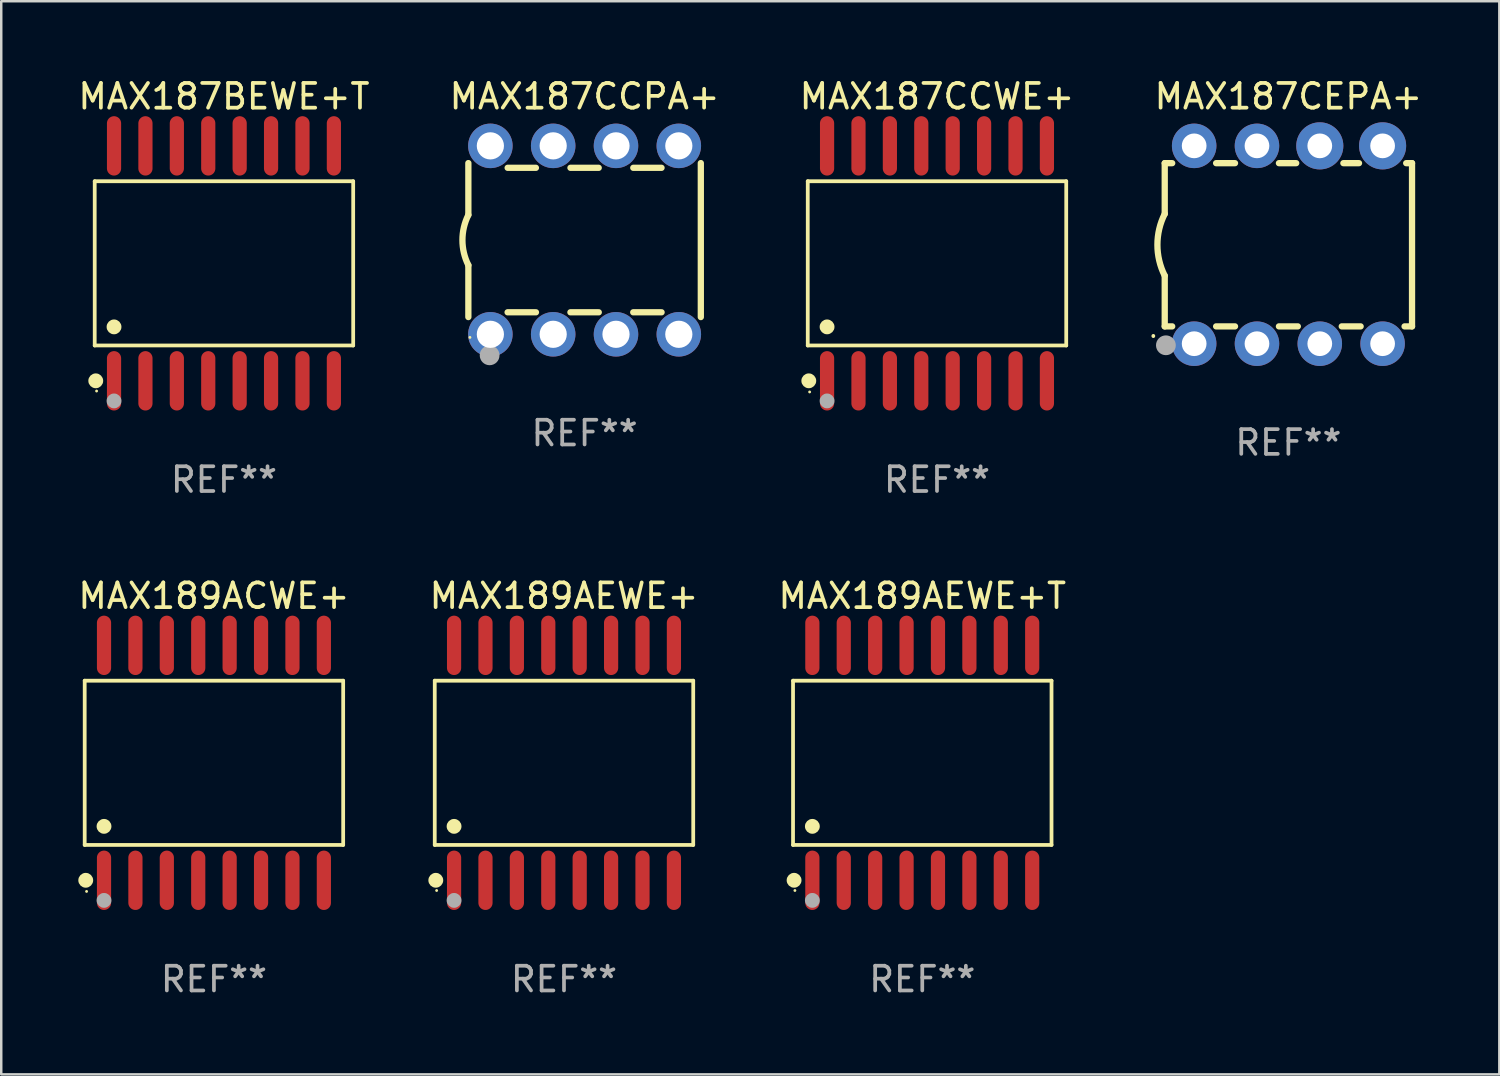
<source format=kicad_pcb>
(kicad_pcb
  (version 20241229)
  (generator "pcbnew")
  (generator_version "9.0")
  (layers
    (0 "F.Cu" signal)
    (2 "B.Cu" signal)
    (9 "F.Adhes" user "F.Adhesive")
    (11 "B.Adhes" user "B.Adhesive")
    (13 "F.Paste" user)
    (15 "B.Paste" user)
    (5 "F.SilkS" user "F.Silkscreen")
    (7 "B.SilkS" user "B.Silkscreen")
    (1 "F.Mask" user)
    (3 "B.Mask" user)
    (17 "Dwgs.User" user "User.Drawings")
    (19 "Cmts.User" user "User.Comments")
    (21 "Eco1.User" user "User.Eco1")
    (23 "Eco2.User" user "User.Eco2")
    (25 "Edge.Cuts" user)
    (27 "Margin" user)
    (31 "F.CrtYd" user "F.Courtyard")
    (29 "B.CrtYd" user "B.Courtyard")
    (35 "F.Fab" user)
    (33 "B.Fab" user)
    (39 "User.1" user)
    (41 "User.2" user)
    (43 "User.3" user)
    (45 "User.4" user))
  (footprint "MAX189AEWE+T"
    (layer "F.Cu")
    (at 34.244 27.796)
    (property "Reference" "MAX189AEWE+T" (at 0 -6.75 0) (layer "F.SilkS") (effects (font (size 1 1) (thickness 0.15))))
    (attr through_hole)
    (fp_line (start -5.226 -3.321) (end 5.226 -3.321) (stroke (width 0.152) (type solid)) (layer "F.SilkS"))
    (fp_line (start -5.226 3.321) (end -5.226 -3.321) (stroke (width 0.152) (type solid)) (layer "F.SilkS"))
    (fp_line (start 5.226 -3.321) (end 5.226 3.321) (stroke (width 0.152) (type solid)) (layer "F.SilkS"))
    (fp_line (start 5.226 3.321) (end -5.226 3.321) (stroke (width 0.152) (type solid)) (layer "F.SilkS"))
    (fp_circle (center -5.184 4.75) (end -5.034 4.75) (stroke (width 0.3) (type solid)) (fill no) (layer "F.SilkS"))
    (fp_circle (center -5.15 5.163) (end -5.12 5.163) (stroke (width 0.06) (type solid)) (fill no) (layer "F.SilkS"))
    (fp_circle (center -4.445 2.569) (end -4.295 2.569) (stroke (width 0.3) (type solid)) (fill no) (layer "F.SilkS"))
    (fp_circle (center -4.445 5.563) (end -4.295 5.563) (stroke (width 0.3) (type solid)) (fill no) (layer "F.Fab"))
    (fp_text user "REF**" (at 0 8.75 0) (layer "F.Fab") (effects (font (size 1 1) (thickness 0.15))))
    (pad "1" smd oval (at -4.445 4.75) (size 0.574 2.401) (layers "F.Cu" "F.Mask" "F.Paste"))
    (pad "2" smd oval (at -3.175 4.75) (size 0.574 2.401) (layers "F.Cu" "F.Mask" "F.Paste"))
    (pad "3" smd oval (at -1.905 4.75) (size 0.574 2.401) (layers "F.Cu" "F.Mask" "F.Paste"))
    (pad "4" smd oval (at -0.635 4.75) (size 0.574 2.401) (layers "F.Cu" "F.Mask" "F.Paste"))
    (pad "5" smd oval (at 0.635 4.75) (size 0.574 2.401) (layers "F.Cu" "F.Mask" "F.Paste"))
    (pad "6" smd oval (at 1.905 4.75) (size 0.574 2.401) (layers "F.Cu" "F.Mask" "F.Paste"))
    (pad "7" smd oval (at 3.175 4.75) (size 0.574 2.401) (layers "F.Cu" "F.Mask" "F.Paste"))
    (pad "8" smd oval (at 4.445 4.75) (size 0.574 2.401) (layers "F.Cu" "F.Mask" "F.Paste"))
    (pad "9" smd oval (at 4.445 -4.75) (size 0.574 2.401) (layers "F.Cu" "F.Mask" "F.Paste"))
    (pad "10" smd oval (at 3.175 -4.75) (size 0.574 2.401) (layers "F.Cu" "F.Mask" "F.Paste"))
    (pad "11" smd oval (at 1.905 -4.75) (size 0.574 2.401) (layers "F.Cu" "F.Mask" "F.Paste"))
    (pad "12" smd oval (at 0.635 -4.75) (size 0.574 2.401) (layers "F.Cu" "F.Mask" "F.Paste"))
    (pad "13" smd oval (at -0.635 -4.75) (size 0.574 2.401) (layers "F.Cu" "F.Mask" "F.Paste"))
    (pad "14" smd oval (at -1.905 -4.75) (size 0.574 2.401) (layers "F.Cu" "F.Mask" "F.Paste"))
    (pad "15" smd oval (at -3.175 -4.75) (size 0.574 2.401) (layers "F.Cu" "F.Mask" "F.Paste"))
    (pad "16" smd oval (at -4.445 -4.75) (size 0.574 2.401) (layers "F.Cu" "F.Mask" "F.Paste")))
  (footprint "MAX187CEPA+"
    (layer "F.Cu")
    (at 49.048 6.848)
    (property "Reference" "MAX187CEPA+" (at 0 -6 0) (layer "F.SilkS") (effects (font (size 1 1) (thickness 0.15))))
    (attr through_hole)
    (fp_line (start -5 -3.3) (end -5 -1.25) (stroke (width 0.254) (type solid)) (layer "F.SilkS"))
    (fp_line (start -5 -3.3) (end -4.698 -3.3) (stroke (width 0.254) (type solid)) (layer "F.SilkS"))
    (fp_line (start -5 3.3) (end -5 1.25) (stroke (width 0.254) (type solid)) (layer "F.SilkS"))
    (fp_line (start -5 3.3) (end -4.698 3.3) (stroke (width 0.254) (type solid)) (layer "F.SilkS"))
    (fp_line (start -2.922 -3.3) (end -2.158 -3.3) (stroke (width 0.254) (type solid)) (layer "F.SilkS"))
    (fp_line (start -2.922 3.3) (end -2.158 3.3) (stroke (width 0.254) (type solid)) (layer "F.SilkS"))
    (fp_line (start -0.382 -3.3) (end 0.316 -3.3) (stroke (width 0.254) (type solid)) (layer "F.SilkS"))
    (fp_line (start -0.382 3.3) (end 0.382 3.3) (stroke (width 0.254) (type solid)) (layer "F.SilkS"))
    (fp_line (start 2.158 3.3) (end 2.922 3.3) (stroke (width 0.254) (type solid)) (layer "F.SilkS"))
    (fp_line (start 2.224 -3.3) (end 2.856 -3.3) (stroke (width 0.254) (type solid)) (layer "F.SilkS"))
    (fp_line (start 4.698 3.3) (end 5 3.3) (stroke (width 0.254) (type solid)) (layer "F.SilkS"))
    (fp_line (start 4.764 -3.3) (end 5 -3.3) (stroke (width 0.254) (type solid)) (layer "F.SilkS"))
    (fp_line (start 5 -3.3) (end 5 3.3) (stroke (width 0.254) (type solid)) (layer "F.SilkS"))
    (fp_arc (start -5.46124 3.694259) (mid -5.461175 3.688632) (end -5.460986 3.683007) (stroke (width 0.149987) (type solid)) (layer "F.SilkS"))
    (fp_arc (start -5.00127 1.249682) (mid -5.295892 -0.000313) (end -5.000025 -1.250013) (stroke (width 0.254001) (type solid)) (layer "F.SilkS"))
    (fp_circle (center -4.795 4.237) (end -4.765 4.237) (stroke (width 0.06) (type solid)) (fill no) (layer "F.SilkS"))
    (fp_circle (center -4.953 4.064) (end -4.753 4.064) (stroke (width 0.4) (type solid)) (fill no) (layer "F.Fab"))
    (fp_text user "REF**" (at 0 8 0) (layer "F.Fab") (effects (font (size 1 1) (thickness 0.15))))
    (pad "1" thru_hole circle (at -3.81 4) (size 1.8 1.8) (drill 1) (layers "*.Cu" "*.Mask"))
    (pad "2" thru_hole circle (at -1.27 4) (size 1.8 1.8) (drill 1) (layers "*.Cu" "*.Mask"))
    (pad "3" thru_hole circle (at 1.27 4) (size 1.8 1.8) (drill 1) (layers "*.Cu" "*.Mask"))
    (pad "4" thru_hole circle (at 3.81 4) (size 1.8 1.8) (drill 1) (layers "*.Cu" "*.Mask"))
    (pad "5" thru_hole circle (at 3.81 -4) (size 1.905 1.905) (drill 1) (layers "*.Cu" "*.Mask"))
    (pad "6" thru_hole circle (at 1.27 -4) (size 1.905 1.905) (drill 1) (layers "*.Cu" "*.Mask"))
    (pad "7" thru_hole circle (at -1.27 -4) (size 1.8 1.8) (drill 1) (layers "*.Cu" "*.Mask"))
    (pad "8" thru_hole circle (at -3.81 -4) (size 1.8 1.8) (drill 1) (layers "*.Cu" "*.Mask")))
  (footprint "MAX187CCPA+"
    (layer "F.Cu")
    (at 20.589 6.658)
    (property "Reference" "MAX187CCPA+" (at 0 -5.81 0) (layer "F.SilkS") (effects (font (size 1 1) (thickness 0.15))))
    (attr through_hole)
    (fp_line (start -4.7 -1.017) (end -4.7 -3.113) (stroke (width 0.254) (type solid)) (layer "F.SilkS"))
    (fp_line (start -4.7 1.015) (end -4.7 3.113) (stroke (width 0.254) (type solid)) (layer "F.SilkS"))
    (fp_line (start -3.113 2.92) (end -1.967 2.92) (stroke (width 0.254) (type solid)) (layer "F.SilkS"))
    (fp_line (start -3.111 -2.922) (end -1.969 -2.922) (stroke (width 0.254) (type solid)) (layer "F.SilkS"))
    (fp_line (start -0.573 2.92) (end 0.573 2.92) (stroke (width 0.254) (type solid)) (layer "F.SilkS"))
    (fp_line (start -0.571 -2.922) (end 0.571 -2.922) (stroke (width 0.254) (type solid)) (layer "F.SilkS"))
    (fp_line (start 1.967 2.92) (end 3.113 2.92) (stroke (width 0.254) (type solid)) (layer "F.SilkS"))
    (fp_line (start 1.969 -2.922) (end 3.111 -2.922) (stroke (width 0.254) (type solid)) (layer "F.SilkS"))
    (fp_line (start 4.7 -3.113) (end 4.7 3.113) (stroke (width 0.254) (type solid)) (layer "F.SilkS"))
    (fp_arc (start -4.7 1.01524) (mid -4.939846 -0.000762) (end -4.7 -1.016764) (stroke (width 0.254001) (type solid)) (layer "F.SilkS"))
    (fp_circle (center -4.636 3.935) (end -4.606 3.935) (stroke (width 0.06) (type solid)) (fill no) (layer "F.SilkS"))
    (fp_circle (center -3.84 4.66) (end -3.64 4.66) (stroke (width 0.4) (type solid)) (fill no) (layer "F.Fab"))
    (fp_text user "REF**" (at 0 7.81 0) (layer "F.Fab") (effects (font (size 1 1) (thickness 0.15))))
    (pad "1" thru_hole circle (at -3.81 3.81) (size 1.8 1.8) (drill 1.1) (layers "*.Cu" "*.Mask"))
    (pad "2" thru_hole circle (at -1.27 3.81) (size 1.8 1.8) (drill 1.1) (layers "*.Cu" "*.Mask"))
    (pad "3" thru_hole circle (at 1.27 3.81) (size 1.8 1.8) (drill 1.1) (layers "*.Cu" "*.Mask"))
    (pad "4" thru_hole circle (at 3.81 3.81) (size 1.8 1.8) (drill 1.1) (layers "*.Cu" "*.Mask"))
    (pad "5" thru_hole circle (at 3.81 -3.81) (size 1.8 1.8) (drill 1.1) (layers "*.Cu" "*.Mask"))
    (pad "6" thru_hole circle (at 1.27 -3.81) (size 1.8 1.8) (drill 1.1) (layers "*.Cu" "*.Mask"))
    (pad "7" thru_hole circle (at -1.27 -3.81) (size 1.8 1.8) (drill 1.1) (layers "*.Cu" "*.Mask"))
    (pad "8" thru_hole circle (at -3.81 -3.81) (size 1.8 1.8) (drill 1.1) (layers "*.Cu" "*.Mask")))
  (footprint "MAX187CCWE+"
    (layer "F.Cu")
    (at 34.839 7.599)
    (property "Reference" "MAX187CCWE+" (at 0 -6.75 0) (layer "F.SilkS") (effects (font (size 1 1) (thickness 0.15))))
    (attr through_hole)
    (fp_line (start -5.226 -3.321) (end 5.226 -3.321) (stroke (width 0.152) (type solid)) (layer "F.SilkS"))
    (fp_line (start -5.226 3.321) (end -5.226 -3.321) (stroke (width 0.152) (type solid)) (layer "F.SilkS"))
    (fp_line (start 5.226 -3.321) (end 5.226 3.321) (stroke (width 0.152) (type solid)) (layer "F.SilkS"))
    (fp_line (start 5.226 3.321) (end -5.226 3.321) (stroke (width 0.152) (type solid)) (layer "F.SilkS"))
    (fp_circle (center -5.184 4.75) (end -5.034 4.75) (stroke (width 0.3) (type solid)) (fill no) (layer "F.SilkS"))
    (fp_circle (center -5.15 5.2) (end -5.12 5.2) (stroke (width 0.06) (type solid)) (fill no) (layer "F.SilkS"))
    (fp_circle (center -4.445 2.569) (end -4.295 2.569) (stroke (width 0.3) (type solid)) (fill no) (layer "F.SilkS"))
    (fp_circle (center -4.445 5.563) (end -4.295 5.563) (stroke (width 0.3) (type solid)) (fill no) (layer "F.Fab"))
    (fp_text user "REF**" (at 0 8.75 0) (layer "F.Fab") (effects (font (size 1 1) (thickness 0.15))))
    (pad "1" smd oval (at -4.445 4.75) (size 0.574 2.401) (layers "F.Cu" "F.Mask" "F.Paste"))
    (pad "2" smd oval (at -3.175 4.75) (size 0.574 2.401) (layers "F.Cu" "F.Mask" "F.Paste"))
    (pad "3" smd oval (at -1.905 4.75) (size 0.574 2.401) (layers "F.Cu" "F.Mask" "F.Paste"))
    (pad "4" smd oval (at -0.635 4.75) (size 0.574 2.401) (layers "F.Cu" "F.Mask" "F.Paste"))
    (pad "5" smd oval (at 0.635 4.75) (size 0.574 2.401) (layers "F.Cu" "F.Mask" "F.Paste"))
    (pad "6" smd oval (at 1.905 4.75) (size 0.574 2.401) (layers "F.Cu" "F.Mask" "F.Paste"))
    (pad "7" smd oval (at 3.175 4.75) (size 0.574 2.401) (layers "F.Cu" "F.Mask" "F.Paste"))
    (pad "8" smd oval (at 4.445 4.75) (size 0.574 2.401) (layers "F.Cu" "F.Mask" "F.Paste"))
    (pad "9" smd oval (at 4.445 -4.75) (size 0.574 2.401) (layers "F.Cu" "F.Mask" "F.Paste"))
    (pad "10" smd oval (at 3.175 -4.75) (size 0.574 2.401) (layers "F.Cu" "F.Mask" "F.Paste"))
    (pad "11" smd oval (at 1.905 -4.75) (size 0.574 2.401) (layers "F.Cu" "F.Mask" "F.Paste"))
    (pad "12" smd oval (at 0.635 -4.75) (size 0.574 2.401) (layers "F.Cu" "F.Mask" "F.Paste"))
    (pad "13" smd oval (at -0.635 -4.75) (size 0.574 2.401) (layers "F.Cu" "F.Mask" "F.Paste"))
    (pad "14" smd oval (at -1.905 -4.75) (size 0.574 2.401) (layers "F.Cu" "F.Mask" "F.Paste"))
    (pad "15" smd oval (at -3.175 -4.75) (size 0.574 2.401) (layers "F.Cu" "F.Mask" "F.Paste"))
    (pad "16" smd oval (at -4.445 -4.75) (size 0.574 2.401) (layers "F.Cu" "F.Mask" "F.Paste")))
  (footprint "MAX187BEWE+T"
    (layer "F.Cu")
    (at 6.006 7.599)
    (property "Reference" "MAX187BEWE+T" (at 0 -6.75 0) (layer "F.SilkS") (effects (font (size 1 1) (thickness 0.15))))
    (attr through_hole)
    (fp_line (start -5.226 -3.321) (end 5.226 -3.321) (stroke (width 0.152) (type solid)) (layer "F.SilkS"))
    (fp_line (start -5.226 3.321) (end -5.226 -3.321) (stroke (width 0.152) (type solid)) (layer "F.SilkS"))
    (fp_line (start 5.226 -3.321) (end 5.226 3.321) (stroke (width 0.152) (type solid)) (layer "F.SilkS"))
    (fp_line (start 5.226 3.321) (end -5.226 3.321) (stroke (width 0.152) (type solid)) (layer "F.SilkS"))
    (fp_circle (center -5.184 4.75) (end -5.034 4.75) (stroke (width 0.3) (type solid)) (fill no) (layer "F.SilkS"))
    (fp_circle (center -5.15 5.163) (end -5.12 5.163) (stroke (width 0.06) (type solid)) (fill no) (layer "F.SilkS"))
    (fp_circle (center -4.445 2.569) (end -4.295 2.569) (stroke (width 0.3) (type solid)) (fill no) (layer "F.SilkS"))
    (fp_circle (center -4.445 5.563) (end -4.295 5.563) (stroke (width 0.3) (type solid)) (fill no) (layer "F.Fab"))
    (fp_text user "REF**" (at 0 8.75 0) (layer "F.Fab") (effects (font (size 1 1) (thickness 0.15))))
    (pad "1" smd oval (at -4.445 4.75) (size 0.574 2.401) (layers "F.Cu" "F.Mask" "F.Paste"))
    (pad "2" smd oval (at -3.175 4.75) (size 0.574 2.401) (layers "F.Cu" "F.Mask" "F.Paste"))
    (pad "3" smd oval (at -1.905 4.75) (size 0.574 2.401) (layers "F.Cu" "F.Mask" "F.Paste"))
    (pad "4" smd oval (at -0.635 4.75) (size 0.574 2.401) (layers "F.Cu" "F.Mask" "F.Paste"))
    (pad "5" smd oval (at 0.635 4.75) (size 0.574 2.401) (layers "F.Cu" "F.Mask" "F.Paste"))
    (pad "6" smd oval (at 1.905 4.75) (size 0.574 2.401) (layers "F.Cu" "F.Mask" "F.Paste"))
    (pad "7" smd oval (at 3.175 4.75) (size 0.574 2.401) (layers "F.Cu" "F.Mask" "F.Paste"))
    (pad "8" smd oval (at 4.445 4.75) (size 0.574 2.401) (layers "F.Cu" "F.Mask" "F.Paste"))
    (pad "9" smd oval (at 4.445 -4.75) (size 0.574 2.401) (layers "F.Cu" "F.Mask" "F.Paste"))
    (pad "10" smd oval (at 3.175 -4.75) (size 0.574 2.401) (layers "F.Cu" "F.Mask" "F.Paste"))
    (pad "11" smd oval (at 1.905 -4.75) (size 0.574 2.401) (layers "F.Cu" "F.Mask" "F.Paste"))
    (pad "12" smd oval (at 0.635 -4.75) (size 0.574 2.401) (layers "F.Cu" "F.Mask" "F.Paste"))
    (pad "13" smd oval (at -0.635 -4.75) (size 0.574 2.401) (layers "F.Cu" "F.Mask" "F.Paste"))
    (pad "14" smd oval (at -1.905 -4.75) (size 0.574 2.401) (layers "F.Cu" "F.Mask" "F.Paste"))
    (pad "15" smd oval (at -3.175 -4.75) (size 0.574 2.401) (layers "F.Cu" "F.Mask" "F.Paste"))
    (pad "16" smd oval (at -4.445 -4.75) (size 0.574 2.401) (layers "F.Cu" "F.Mask" "F.Paste")))
  (footprint "MAX189ACWE+"
    (layer "F.Cu")
    (at 5.601 27.796)
    (property "Reference" "MAX189ACWE+" (at 0 -6.75 0) (layer "F.SilkS") (effects (font (size 1 1) (thickness 0.15))))
    (attr through_hole)
    (fp_line (start -5.226 -3.321) (end 5.226 -3.321) (stroke (width 0.152) (type solid)) (layer "F.SilkS"))
    (fp_line (start -5.226 3.321) (end -5.226 -3.321) (stroke (width 0.152) (type solid)) (layer "F.SilkS"))
    (fp_line (start 5.226 -3.321) (end 5.226 3.321) (stroke (width 0.152) (type solid)) (layer "F.SilkS"))
    (fp_line (start 5.226 3.321) (end -5.226 3.321) (stroke (width 0.152) (type solid)) (layer "F.SilkS"))
    (fp_circle (center -5.184 4.75) (end -5.034 4.75) (stroke (width 0.3) (type solid)) (fill no) (layer "F.SilkS"))
    (fp_circle (center -5.15 5.2) (end -5.12 5.2) (stroke (width 0.06) (type solid)) (fill no) (layer "F.SilkS"))
    (fp_circle (center -4.445 2.569) (end -4.295 2.569) (stroke (width 0.3) (type solid)) (fill no) (layer "F.SilkS"))
    (fp_circle (center -4.445 5.563) (end -4.295 5.563) (stroke (width 0.3) (type solid)) (fill no) (layer "F.Fab"))
    (fp_text user "REF**" (at 0 8.75 0) (layer "F.Fab") (effects (font (size 1 1) (thickness 0.15))))
    (pad "1" smd oval (at -4.445 4.75) (size 0.574 2.401) (layers "F.Cu" "F.Mask" "F.Paste"))
    (pad "2" smd oval (at -3.175 4.75) (size 0.574 2.401) (layers "F.Cu" "F.Mask" "F.Paste"))
    (pad "3" smd oval (at -1.905 4.75) (size 0.574 2.401) (layers "F.Cu" "F.Mask" "F.Paste"))
    (pad "4" smd oval (at -0.635 4.75) (size 0.574 2.401) (layers "F.Cu" "F.Mask" "F.Paste"))
    (pad "5" smd oval (at 0.635 4.75) (size 0.574 2.401) (layers "F.Cu" "F.Mask" "F.Paste"))
    (pad "6" smd oval (at 1.905 4.75) (size 0.574 2.401) (layers "F.Cu" "F.Mask" "F.Paste"))
    (pad "7" smd oval (at 3.175 4.75) (size 0.574 2.401) (layers "F.Cu" "F.Mask" "F.Paste"))
    (pad "8" smd oval (at 4.445 4.75) (size 0.574 2.401) (layers "F.Cu" "F.Mask" "F.Paste"))
    (pad "9" smd oval (at 4.445 -4.75) (size 0.574 2.401) (layers "F.Cu" "F.Mask" "F.Paste"))
    (pad "10" smd oval (at 3.175 -4.75) (size 0.574 2.401) (layers "F.Cu" "F.Mask" "F.Paste"))
    (pad "11" smd oval (at 1.905 -4.75) (size 0.574 2.401) (layers "F.Cu" "F.Mask" "F.Paste"))
    (pad "12" smd oval (at 0.635 -4.75) (size 0.574 2.401) (layers "F.Cu" "F.Mask" "F.Paste"))
    (pad "13" smd oval (at -0.635 -4.75) (size 0.574 2.401) (layers "F.Cu" "F.Mask" "F.Paste"))
    (pad "14" smd oval (at -1.905 -4.75) (size 0.574 2.401) (layers "F.Cu" "F.Mask" "F.Paste"))
    (pad "15" smd oval (at -3.175 -4.75) (size 0.574 2.401) (layers "F.Cu" "F.Mask" "F.Paste"))
    (pad "16" smd oval (at -4.445 -4.75) (size 0.574 2.401) (layers "F.Cu" "F.Mask" "F.Paste")))
  (footprint "MAX189AEWE+"
    (layer "F.Cu")
    (at 19.756 27.796)
    (property "Reference" "MAX189AEWE+" (at 0 -6.75 0) (layer "F.SilkS") (effects (font (size 1 1) (thickness 0.15))))
    (attr through_hole)
    (fp_line (start -5.226 -3.321) (end 5.226 -3.321) (stroke (width 0.152) (type solid)) (layer "F.SilkS"))
    (fp_line (start -5.226 3.321) (end -5.226 -3.321) (stroke (width 0.152) (type solid)) (layer "F.SilkS"))
    (fp_line (start 5.226 -3.321) (end 5.226 3.321) (stroke (width 0.152) (type solid)) (layer "F.SilkS"))
    (fp_line (start 5.226 3.321) (end -5.226 3.321) (stroke (width 0.152) (type solid)) (layer "F.SilkS"))
    (fp_circle (center -5.184 4.75) (end -5.034 4.75) (stroke (width 0.3) (type solid)) (fill no) (layer "F.SilkS"))
    (fp_circle (center -5.15 5.163) (end -5.12 5.163) (stroke (width 0.06) (type solid)) (fill no) (layer "F.SilkS"))
    (fp_circle (center -4.445 2.569) (end -4.295 2.569) (stroke (width 0.3) (type solid)) (fill no) (layer "F.SilkS"))
    (fp_circle (center -4.445 5.563) (end -4.295 5.563) (stroke (width 0.3) (type solid)) (fill no) (layer "F.Fab"))
    (fp_text user "REF**" (at 0 8.75 0) (layer "F.Fab") (effects (font (size 1 1) (thickness 0.15))))
    (pad "1" smd oval (at -4.445 4.75) (size 0.574 2.401) (layers "F.Cu" "F.Mask" "F.Paste"))
    (pad "2" smd oval (at -3.175 4.75) (size 0.574 2.401) (layers "F.Cu" "F.Mask" "F.Paste"))
    (pad "3" smd oval (at -1.905 4.75) (size 0.574 2.401) (layers "F.Cu" "F.Mask" "F.Paste"))
    (pad "4" smd oval (at -0.635 4.75) (size 0.574 2.401) (layers "F.Cu" "F.Mask" "F.Paste"))
    (pad "5" smd oval (at 0.635 4.75) (size 0.574 2.401) (layers "F.Cu" "F.Mask" "F.Paste"))
    (pad "6" smd oval (at 1.905 4.75) (size 0.574 2.401) (layers "F.Cu" "F.Mask" "F.Paste"))
    (pad "7" smd oval (at 3.175 4.75) (size 0.574 2.401) (layers "F.Cu" "F.Mask" "F.Paste"))
    (pad "8" smd oval (at 4.445 4.75) (size 0.574 2.401) (layers "F.Cu" "F.Mask" "F.Paste"))
    (pad "9" smd oval (at 4.445 -4.75) (size 0.574 2.401) (layers "F.Cu" "F.Mask" "F.Paste"))
    (pad "10" smd oval (at 3.175 -4.75) (size 0.574 2.401) (layers "F.Cu" "F.Mask" "F.Paste"))
    (pad "11" smd oval (at 1.905 -4.75) (size 0.574 2.401) (layers "F.Cu" "F.Mask" "F.Paste"))
    (pad "12" smd oval (at 0.635 -4.75) (size 0.574 2.401) (layers "F.Cu" "F.Mask" "F.Paste"))
    (pad "13" smd oval (at -0.635 -4.75) (size 0.574 2.401) (layers "F.Cu" "F.Mask" "F.Paste"))
    (pad "14" smd oval (at -1.905 -4.75) (size 0.574 2.401) (layers "F.Cu" "F.Mask" "F.Paste"))
    (pad "15" smd oval (at -3.175 -4.75) (size 0.574 2.401) (layers "F.Cu" "F.Mask" "F.Paste"))
    (pad "16" smd oval (at -4.445 -4.75) (size 0.574 2.401) (layers "F.Cu" "F.Mask" "F.Paste")))
  (gr_rect
    (start -3 -3)
    (end 57.578 40.394)
    (stroke (width 0.1) (type default))
    (fill no)
    (layer "Edge.Cuts")))
</source>
